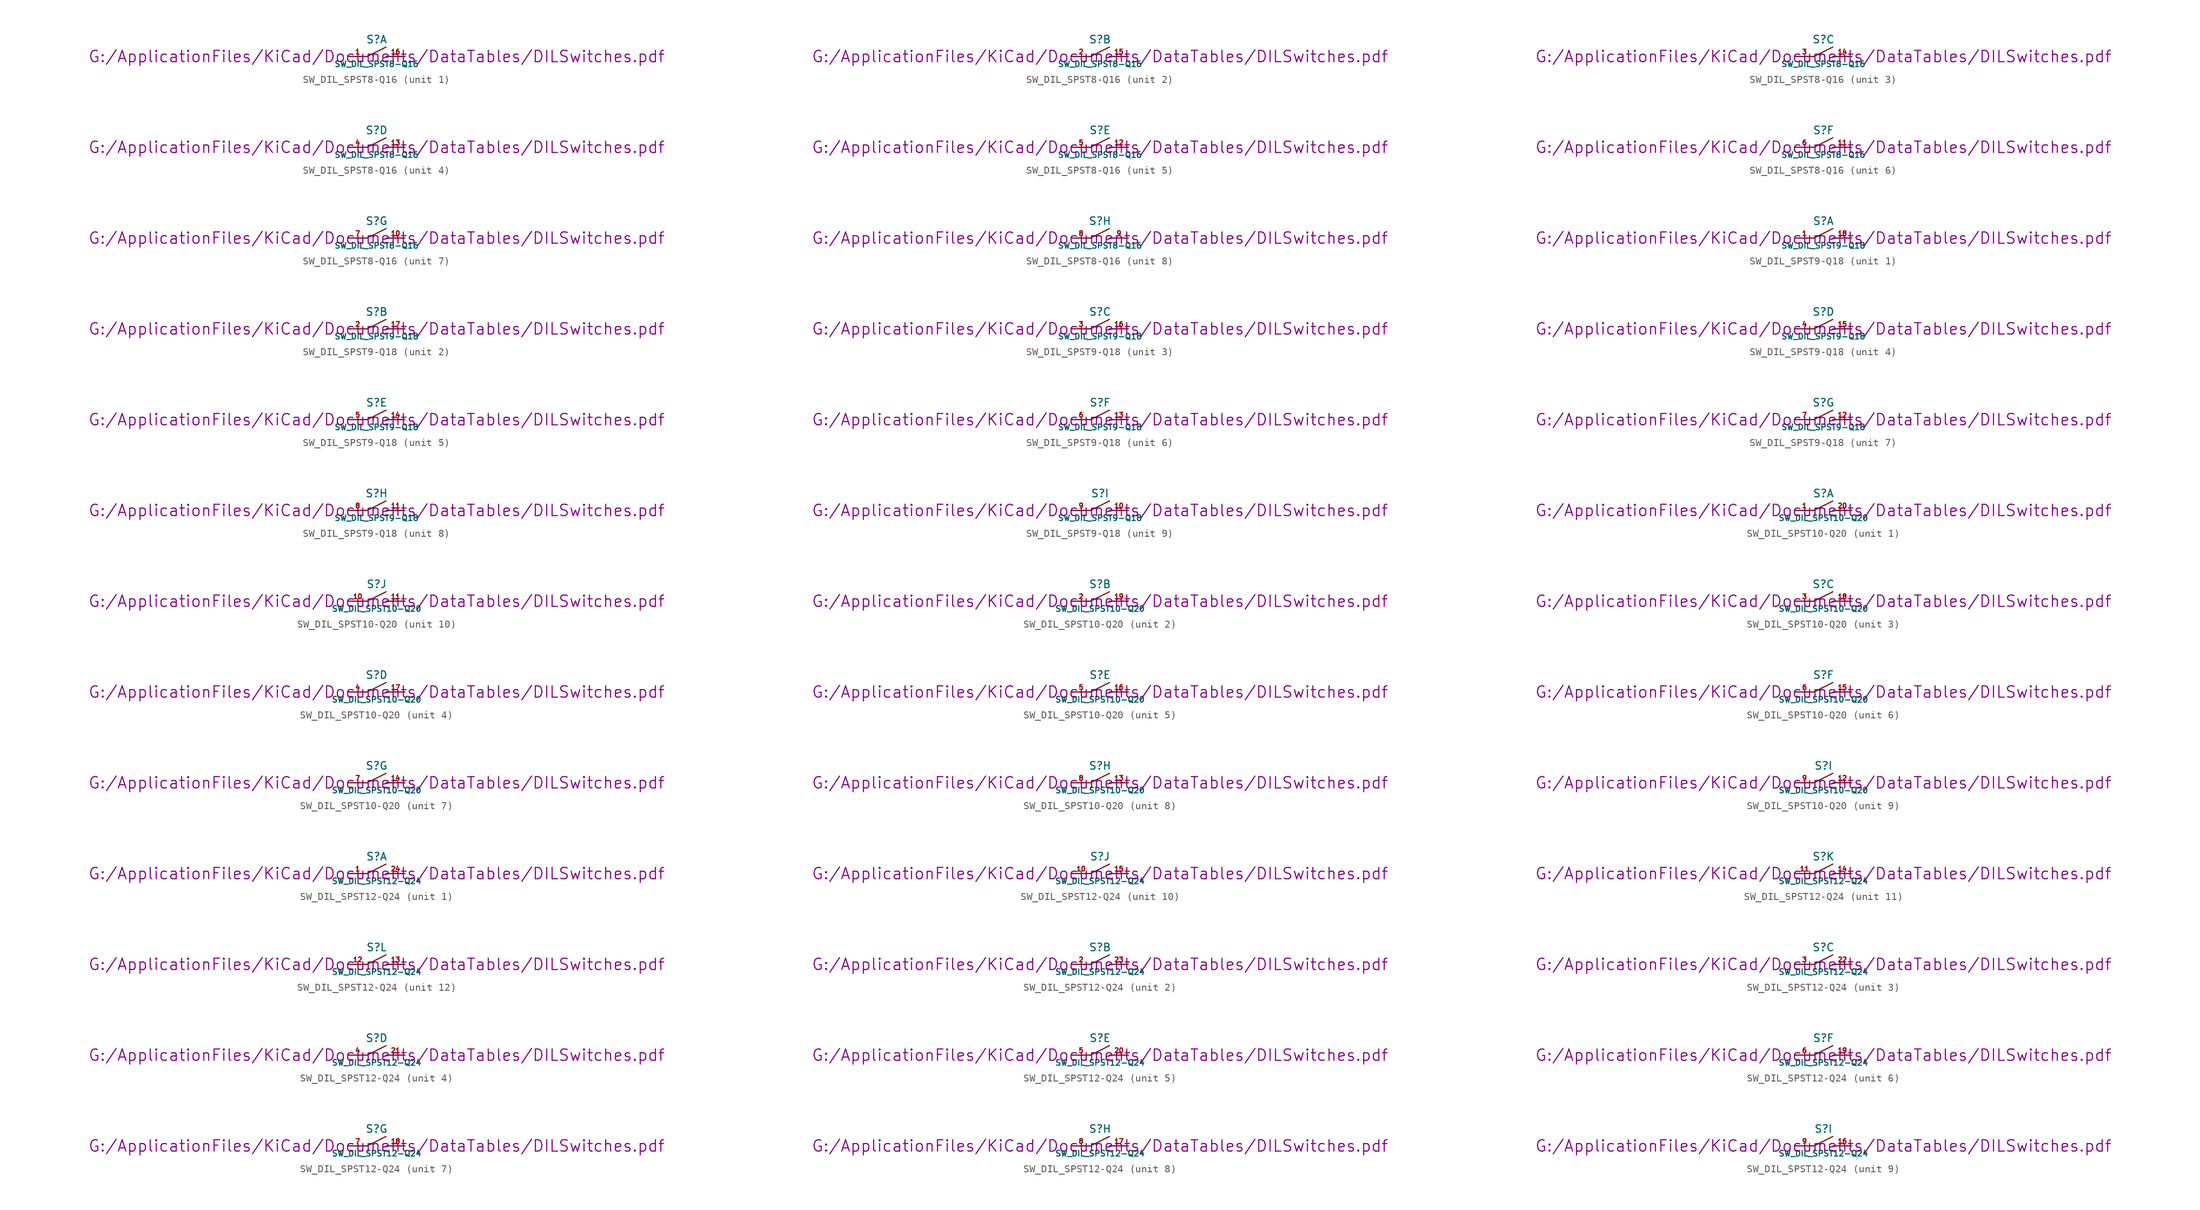
<source format=kicad_sym>
(kicad_symbol_lib
  (version 20211014)
  (generator kicad_symbol_editor)
  (symbol "SW_DIL_SPST8-Q16"
    (pin_names
      (offset 1.016) hide)
    (property "Reference" "S"
      (at 0 2.286 0)
      (effects (font (size 1.016 1.016))))
    (property "Value" "SW_DIL_SPST8-Q16"
      (at 0 -1.016 0)
      (effects (font (size 0.762 0.762))))
    (property "Footprint" ""
      (at 0 0 0)
      (effects (font (size 1.524 1.524))))
    (property "Datasheet" "G:/ApplicationFiles/KiCad/Documents/DataTables/DILSwitches.pdf"
      (at 0 0 0)
      (effects (font (size 1.524 1.524))))
    (symbol "SW_DIL_SPST8-Q16_0_1"
      (polyline (pts (xy -1.27 0) (xy 1.27 1.27)) (stroke (width 0) (type default) (color 0 0 0 0)) (fill (type none))))
    (symbol "SW_DIL_SPST8-Q16_1_1"
      (pin passive line (at -3.81 0 0) (length 2.54) (name "~" (effects (font (size 0.635 0.635)))) (number "1" (effects (font (size 0.635 0.635)))))
      (pin passive line (at 3.81 0 180) (length 2.54) (name "~" (effects (font (size 0.635 0.635)))) (number "16" (effects (font (size 0.635 0.635))))))
    (symbol "SW_DIL_SPST8-Q16_2_1"
      (pin passive line (at 3.81 0 180) (length 2.54) (name "~" (effects (font (size 0.635 0.635)))) (number "15" (effects (font (size 0.635 0.635)))))
      (pin passive line (at -3.81 0 0) (length 2.54) (name "~" (effects (font (size 0.635 0.635)))) (number "2" (effects (font (size 0.635 0.635))))))
    (symbol "SW_DIL_SPST8-Q16_3_1"
      (pin passive line (at 3.81 0 180) (length 2.54) (name "~" (effects (font (size 0.635 0.635)))) (number "14" (effects (font (size 0.635 0.635)))))
      (pin passive line (at -3.81 0 0) (length 2.54) (name "~" (effects (font (size 0.635 0.635)))) (number "3" (effects (font (size 0.635 0.635))))))
    (symbol "SW_DIL_SPST8-Q16_4_1"
      (pin passive line (at 3.81 0 180) (length 2.54) (name "~" (effects (font (size 0.635 0.635)))) (number "13" (effects (font (size 0.635 0.635)))))
      (pin passive line (at -3.81 0 0) (length 2.54) (name "~" (effects (font (size 0.635 0.635)))) (number "4" (effects (font (size 0.635 0.635))))))
    (symbol "SW_DIL_SPST8-Q16_5_1"
      (pin passive line (at 3.81 0 180) (length 2.54) (name "~" (effects (font (size 0.635 0.635)))) (number "12" (effects (font (size 0.635 0.635)))))
      (pin passive line (at -3.81 0 0) (length 2.54) (name "~" (effects (font (size 0.635 0.635)))) (number "5" (effects (font (size 0.635 0.635))))))
    (symbol "SW_DIL_SPST8-Q16_6_1"
      (pin passive line (at 3.81 0 180) (length 2.54) (name "~" (effects (font (size 0.635 0.635)))) (number "11" (effects (font (size 0.635 0.635)))))
      (pin passive line (at -3.81 0 0) (length 2.54) (name "~" (effects (font (size 0.635 0.635)))) (number "6" (effects (font (size 0.635 0.635))))))
    (symbol "SW_DIL_SPST8-Q16_7_1"
      (pin passive line (at 3.81 0 180) (length 2.54) (name "~" (effects (font (size 0.635 0.635)))) (number "10" (effects (font (size 0.635 0.635)))))
      (pin passive line (at -3.81 0 0) (length 2.54) (name "~" (effects (font (size 0.635 0.635)))) (number "7" (effects (font (size 0.635 0.635))))))
    (symbol "SW_DIL_SPST8-Q16_8_1"
      (pin passive line (at -3.81 0 0) (length 2.54) (name "~" (effects (font (size 0.635 0.635)))) (number "8" (effects (font (size 0.635 0.635)))))
      (pin passive line (at 3.81 0 180) (length 2.54) (name "~" (effects (font (size 0.635 0.635)))) (number "9" (effects (font (size 0.635 0.635)))))))
  (symbol "SW_DIL_SPST9-Q18"
    (pin_names
      (offset 1.016) hide)
    (property "Reference" "S"
      (at 0 2.286 0)
      (effects (font (size 1.016 1.016))))
    (property "Value" "SW_DIL_SPST9-Q18"
      (at 0 -1.016 0)
      (effects (font (size 0.762 0.762))))
    (property "Footprint" ""
      (at 0 0 0)
      (effects (font (size 1.524 1.524))))
    (property "Datasheet" "G:/ApplicationFiles/KiCad/Documents/DataTables/DILSwitches.pdf"
      (at 0 0 0)
      (effects (font (size 1.524 1.524))))
    (symbol "SW_DIL_SPST9-Q18_0_1"
      (polyline (pts (xy -1.27 0) (xy 1.27 1.27)) (stroke (width 0) (type default) (color 0 0 0 0)) (fill (type none))))
    (symbol "SW_DIL_SPST9-Q18_1_1"
      (pin passive line (at -3.81 0 0) (length 2.54) (name "~" (effects (font (size 0.635 0.635)))) (number "1" (effects (font (size 0.635 0.635)))))
      (pin passive line (at 3.81 0 180) (length 2.54) (name "~" (effects (font (size 0.635 0.635)))) (number "18" (effects (font (size 0.635 0.635))))))
    (symbol "SW_DIL_SPST9-Q18_2_1"
      (pin passive line (at 3.81 0 180) (length 2.54) (name "~" (effects (font (size 0.635 0.635)))) (number "17" (effects (font (size 0.635 0.635)))))
      (pin passive line (at -3.81 0 0) (length 2.54) (name "~" (effects (font (size 0.635 0.635)))) (number "2" (effects (font (size 0.635 0.635))))))
    (symbol "SW_DIL_SPST9-Q18_3_1"
      (pin passive line (at 3.81 0 180) (length 2.54) (name "~" (effects (font (size 0.635 0.635)))) (number "16" (effects (font (size 0.635 0.635)))))
      (pin passive line (at -3.81 0 0) (length 2.54) (name "~" (effects (font (size 0.635 0.635)))) (number "3" (effects (font (size 0.635 0.635))))))
    (symbol "SW_DIL_SPST9-Q18_4_1"
      (pin passive line (at 3.81 0 180) (length 2.54) (name "~" (effects (font (size 0.635 0.635)))) (number "15" (effects (font (size 0.635 0.635)))))
      (pin passive line (at -3.81 0 0) (length 2.54) (name "~" (effects (font (size 0.635 0.635)))) (number "4" (effects (font (size 0.635 0.635))))))
    (symbol "SW_DIL_SPST9-Q18_5_1"
      (pin passive line (at 3.81 0 180) (length 2.54) (name "~" (effects (font (size 0.635 0.635)))) (number "14" (effects (font (size 0.635 0.635)))))
      (pin passive line (at -3.81 0 0) (length 2.54) (name "~" (effects (font (size 0.635 0.635)))) (number "5" (effects (font (size 0.635 0.635))))))
    (symbol "SW_DIL_SPST9-Q18_6_1"
      (pin passive line (at 3.81 0 180) (length 2.54) (name "~" (effects (font (size 0.635 0.635)))) (number "13" (effects (font (size 0.635 0.635)))))
      (pin passive line (at -3.81 0 0) (length 2.54) (name "~" (effects (font (size 0.635 0.635)))) (number "6" (effects (font (size 0.635 0.635))))))
    (symbol "SW_DIL_SPST9-Q18_7_1"
      (pin passive line (at 3.81 0 180) (length 2.54) (name "~" (effects (font (size 0.635 0.635)))) (number "12" (effects (font (size 0.635 0.635)))))
      (pin passive line (at -3.81 0 0) (length 2.54) (name "~" (effects (font (size 0.635 0.635)))) (number "7" (effects (font (size 0.635 0.635))))))
    (symbol "SW_DIL_SPST9-Q18_8_1"
      (pin passive line (at 3.81 0 180) (length 2.54) (name "~" (effects (font (size 0.635 0.635)))) (number "11" (effects (font (size 0.635 0.635)))))
      (pin passive line (at -3.81 0 0) (length 2.54) (name "~" (effects (font (size 0.635 0.635)))) (number "8" (effects (font (size 0.635 0.635))))))
    (symbol "SW_DIL_SPST9-Q18_9_1"
      (pin passive line (at 3.81 0 180) (length 2.54) (name "~" (effects (font (size 0.635 0.635)))) (number "10" (effects (font (size 0.635 0.635)))))
      (pin passive line (at -3.81 0 0) (length 2.54) (name "~" (effects (font (size 0.635 0.635)))) (number "9" (effects (font (size 0.635 0.635)))))))
  (symbol "SW_DIL_SPST10-Q20"
    (pin_names
      (offset 1.016) hide)
    (property "Reference" "S"
      (at 0 2.286 0)
      (effects (font (size 1.016 1.016))))
    (property "Value" "SW_DIL_SPST10-Q20"
      (at 0 -1.016 0)
      (effects (font (size 0.762 0.762))))
    (property "Footprint" ""
      (at 0 0 0)
      (effects (font (size 1.524 1.524))))
    (property "Datasheet" "G:/ApplicationFiles/KiCad/Documents/DataTables/DILSwitches.pdf"
      (at 0 0 0)
      (effects (font (size 1.524 1.524))))
    (symbol "SW_DIL_SPST10-Q20_0_1"
      (polyline (pts (xy -1.27 0) (xy 1.27 1.27)) (stroke (width 0) (type default) (color 0 0 0 0)) (fill (type none))))
    (symbol "SW_DIL_SPST10-Q20_1_1"
      (pin passive line (at -3.81 0 0) (length 2.54) (name "~" (effects (font (size 0.635 0.635)))) (number "1" (effects (font (size 0.635 0.635)))))
      (pin passive line (at 3.81 0 180) (length 2.54) (name "~" (effects (font (size 0.635 0.635)))) (number "20" (effects (font (size 0.635 0.635))))))
    (symbol "SW_DIL_SPST10-Q20_2_1"
      (pin passive line (at 3.81 0 180) (length 2.54) (name "~" (effects (font (size 0.635 0.635)))) (number "19" (effects (font (size 0.635 0.635)))))
      (pin passive line (at -3.81 0 0) (length 2.54) (name "~" (effects (font (size 0.635 0.635)))) (number "2" (effects (font (size 0.635 0.635))))))
    (symbol "SW_DIL_SPST10-Q20_3_1"
      (pin passive line (at 3.81 0 180) (length 2.54) (name "~" (effects (font (size 0.635 0.635)))) (number "18" (effects (font (size 0.635 0.635)))))
      (pin passive line (at -3.81 0 0) (length 2.54) (name "~" (effects (font (size 0.635 0.635)))) (number "3" (effects (font (size 0.635 0.635))))))
    (symbol "SW_DIL_SPST10-Q20_4_1"
      (pin passive line (at 3.81 0 180) (length 2.54) (name "~" (effects (font (size 0.635 0.635)))) (number "17" (effects (font (size 0.635 0.635)))))
      (pin passive line (at -3.81 0 0) (length 2.54) (name "~" (effects (font (size 0.635 0.635)))) (number "4" (effects (font (size 0.635 0.635))))))
    (symbol "SW_DIL_SPST10-Q20_5_1"
      (pin passive line (at 3.81 0 180) (length 2.54) (name "~" (effects (font (size 0.635 0.635)))) (number "16" (effects (font (size 0.635 0.635)))))
      (pin passive line (at -3.81 0 0) (length 2.54) (name "~" (effects (font (size 0.635 0.635)))) (number "5" (effects (font (size 0.635 0.635))))))
    (symbol "SW_DIL_SPST10-Q20_6_1"
      (pin passive line (at 3.81 0 180) (length 2.54) (name "~" (effects (font (size 0.635 0.635)))) (number "15" (effects (font (size 0.635 0.635)))))
      (pin passive line (at -3.81 0 0) (length 2.54) (name "~" (effects (font (size 0.635 0.635)))) (number "6" (effects (font (size 0.635 0.635))))))
    (symbol "SW_DIL_SPST10-Q20_7_1"
      (pin passive line (at 3.81 0 180) (length 2.54) (name "~" (effects (font (size 0.635 0.635)))) (number "14" (effects (font (size 0.635 0.635)))))
      (pin passive line (at -3.81 0 0) (length 2.54) (name "~" (effects (font (size 0.635 0.635)))) (number "7" (effects (font (size 0.635 0.635))))))
    (symbol "SW_DIL_SPST10-Q20_8_1"
      (pin passive line (at 3.81 0 180) (length 2.54) (name "~" (effects (font (size 0.635 0.635)))) (number "13" (effects (font (size 0.635 0.635)))))
      (pin passive line (at -3.81 0 0) (length 2.54) (name "~" (effects (font (size 0.635 0.635)))) (number "8" (effects (font (size 0.635 0.635))))))
    (symbol "SW_DIL_SPST10-Q20_9_1"
      (pin passive line (at 3.81 0 180) (length 2.54) (name "~" (effects (font (size 0.635 0.635)))) (number "12" (effects (font (size 0.635 0.635)))))
      (pin passive line (at -3.81 0 0) (length 2.54) (name "~" (effects (font (size 0.635 0.635)))) (number "9" (effects (font (size 0.635 0.635))))))
    (symbol "SW_DIL_SPST10-Q20_10_1"
      (pin passive line (at -3.81 0 0) (length 2.54) (name "~" (effects (font (size 0.635 0.635)))) (number "10" (effects (font (size 0.635 0.635)))))
      (pin passive line (at 3.81 0 180) (length 2.54) (name "~" (effects (font (size 0.635 0.635)))) (number "11" (effects (font (size 0.635 0.635)))))))
  (symbol "SW_DIL_SPST12-Q24"
    (pin_names
      (offset 1.016) hide)
    (property "Reference" "S"
      (at 0 2.286 0)
      (effects (font (size 1.016 1.016))))
    (property "Value" "SW_DIL_SPST12-Q24"
      (at 0 -1.016 0)
      (effects (font (size 0.762 0.762))))
    (property "Footprint" ""
      (at 0 0 0)
      (effects (font (size 1.524 1.524))))
    (property "Datasheet" "G:/ApplicationFiles/KiCad/Documents/DataTables/DILSwitches.pdf"
      (at 0 0 0)
      (effects (font (size 1.524 1.524))))
    (symbol "SW_DIL_SPST12-Q24_0_1"
      (polyline (pts (xy -1.27 0) (xy 1.27 1.27)) (stroke (width 0) (type default) (color 0 0 0 0)) (fill (type none))))
    (symbol "SW_DIL_SPST12-Q24_1_1"
      (pin passive line (at -3.81 0 0) (length 2.54) (name "~" (effects (font (size 0.635 0.635)))) (number "1" (effects (font (size 0.635 0.635)))))
      (pin passive line (at 3.81 0 180) (length 2.54) (name "~" (effects (font (size 0.635 0.635)))) (number "24" (effects (font (size 0.635 0.635))))))
    (symbol "SW_DIL_SPST12-Q24_2_1"
      (pin passive line (at -3.81 0 0) (length 2.54) (name "~" (effects (font (size 0.635 0.635)))) (number "2" (effects (font (size 0.635 0.635)))))
      (pin passive line (at 3.81 0 180) (length 2.54) (name "~" (effects (font (size 0.635 0.635)))) (number "23" (effects (font (size 0.635 0.635))))))
    (symbol "SW_DIL_SPST12-Q24_3_1"
      (pin passive line (at 3.81 0 180) (length 2.54) (name "~" (effects (font (size 0.635 0.635)))) (number "22" (effects (font (size 0.635 0.635)))))
      (pin passive line (at -3.81 0 0) (length 2.54) (name "~" (effects (font (size 0.635 0.635)))) (number "3" (effects (font (size 0.635 0.635))))))
    (symbol "SW_DIL_SPST12-Q24_4_1"
      (pin passive line (at 3.81 0 180) (length 2.54) (name "~" (effects (font (size 0.635 0.635)))) (number "21" (effects (font (size 0.635 0.635)))))
      (pin passive line (at -3.81 0 0) (length 2.54) (name "~" (effects (font (size 0.635 0.635)))) (number "4" (effects (font (size 0.635 0.635))))))
    (symbol "SW_DIL_SPST12-Q24_5_1"
      (pin passive line (at 3.81 0 180) (length 2.54) (name "~" (effects (font (size 0.635 0.635)))) (number "20" (effects (font (size 0.635 0.635)))))
      (pin passive line (at -3.81 0 0) (length 2.54) (name "~" (effects (font (size 0.635 0.635)))) (number "5" (effects (font (size 0.635 0.635))))))
    (symbol "SW_DIL_SPST12-Q24_6_1"
      (pin passive line (at 3.81 0 180) (length 2.54) (name "~" (effects (font (size 0.635 0.635)))) (number "19" (effects (font (size 0.635 0.635)))))
      (pin passive line (at -3.81 0 0) (length 2.54) (name "~" (effects (font (size 0.635 0.635)))) (number "6" (effects (font (size 0.635 0.635))))))
    (symbol "SW_DIL_SPST12-Q24_7_1"
      (pin passive line (at 3.81 0 180) (length 2.54) (name "~" (effects (font (size 0.635 0.635)))) (number "18" (effects (font (size 0.635 0.635)))))
      (pin passive line (at -3.81 0 0) (length 2.54) (name "~" (effects (font (size 0.635 0.635)))) (number "7" (effects (font (size 0.635 0.635))))))
    (symbol "SW_DIL_SPST12-Q24_8_1"
      (pin passive line (at 3.81 0 180) (length 2.54) (name "~" (effects (font (size 0.635 0.635)))) (number "17" (effects (font (size 0.635 0.635)))))
      (pin passive line (at -3.81 0 0) (length 2.54) (name "~" (effects (font (size 0.635 0.635)))) (number "8" (effects (font (size 0.635 0.635))))))
    (symbol "SW_DIL_SPST12-Q24_9_1"
      (pin passive line (at 3.81 0 180) (length 2.54) (name "~" (effects (font (size 0.635 0.635)))) (number "16" (effects (font (size 0.635 0.635)))))
      (pin passive line (at -3.81 0 0) (length 2.54) (name "~" (effects (font (size 0.635 0.635)))) (number "9" (effects (font (size 0.635 0.635))))))
    (symbol "SW_DIL_SPST12-Q24_10_1"
      (pin passive line (at -3.81 0 0) (length 2.54) (name "~" (effects (font (size 0.635 0.635)))) (number "10" (effects (font (size 0.635 0.635)))))
      (pin passive line (at 3.81 0 180) (length 2.54) (name "~" (effects (font (size 0.635 0.635)))) (number "15" (effects (font (size 0.635 0.635))))))
    (symbol "SW_DIL_SPST12-Q24_11_1"
      (pin passive line (at -3.81 0 0) (length 2.54) (name "~" (effects (font (size 0.635 0.635)))) (number "11" (effects (font (size 0.635 0.635)))))
      (pin passive line (at 3.81 0 180) (length 2.54) (name "~" (effects (font (size 0.635 0.635)))) (number "14" (effects (font (size 0.635 0.635))))))
    (symbol "SW_DIL_SPST12-Q24_12_1"
      (pin passive line (at -3.81 0 0) (length 2.54) (name "~" (effects (font (size 0.635 0.635)))) (number "12" (effects (font (size 0.635 0.635)))))
      (pin passive line (at 3.81 0 180) (length 2.54) (name "~" (effects (font (size 0.635 0.635)))) (number "13" (effects (font (size 0.635 0.635))))))))
</source>
